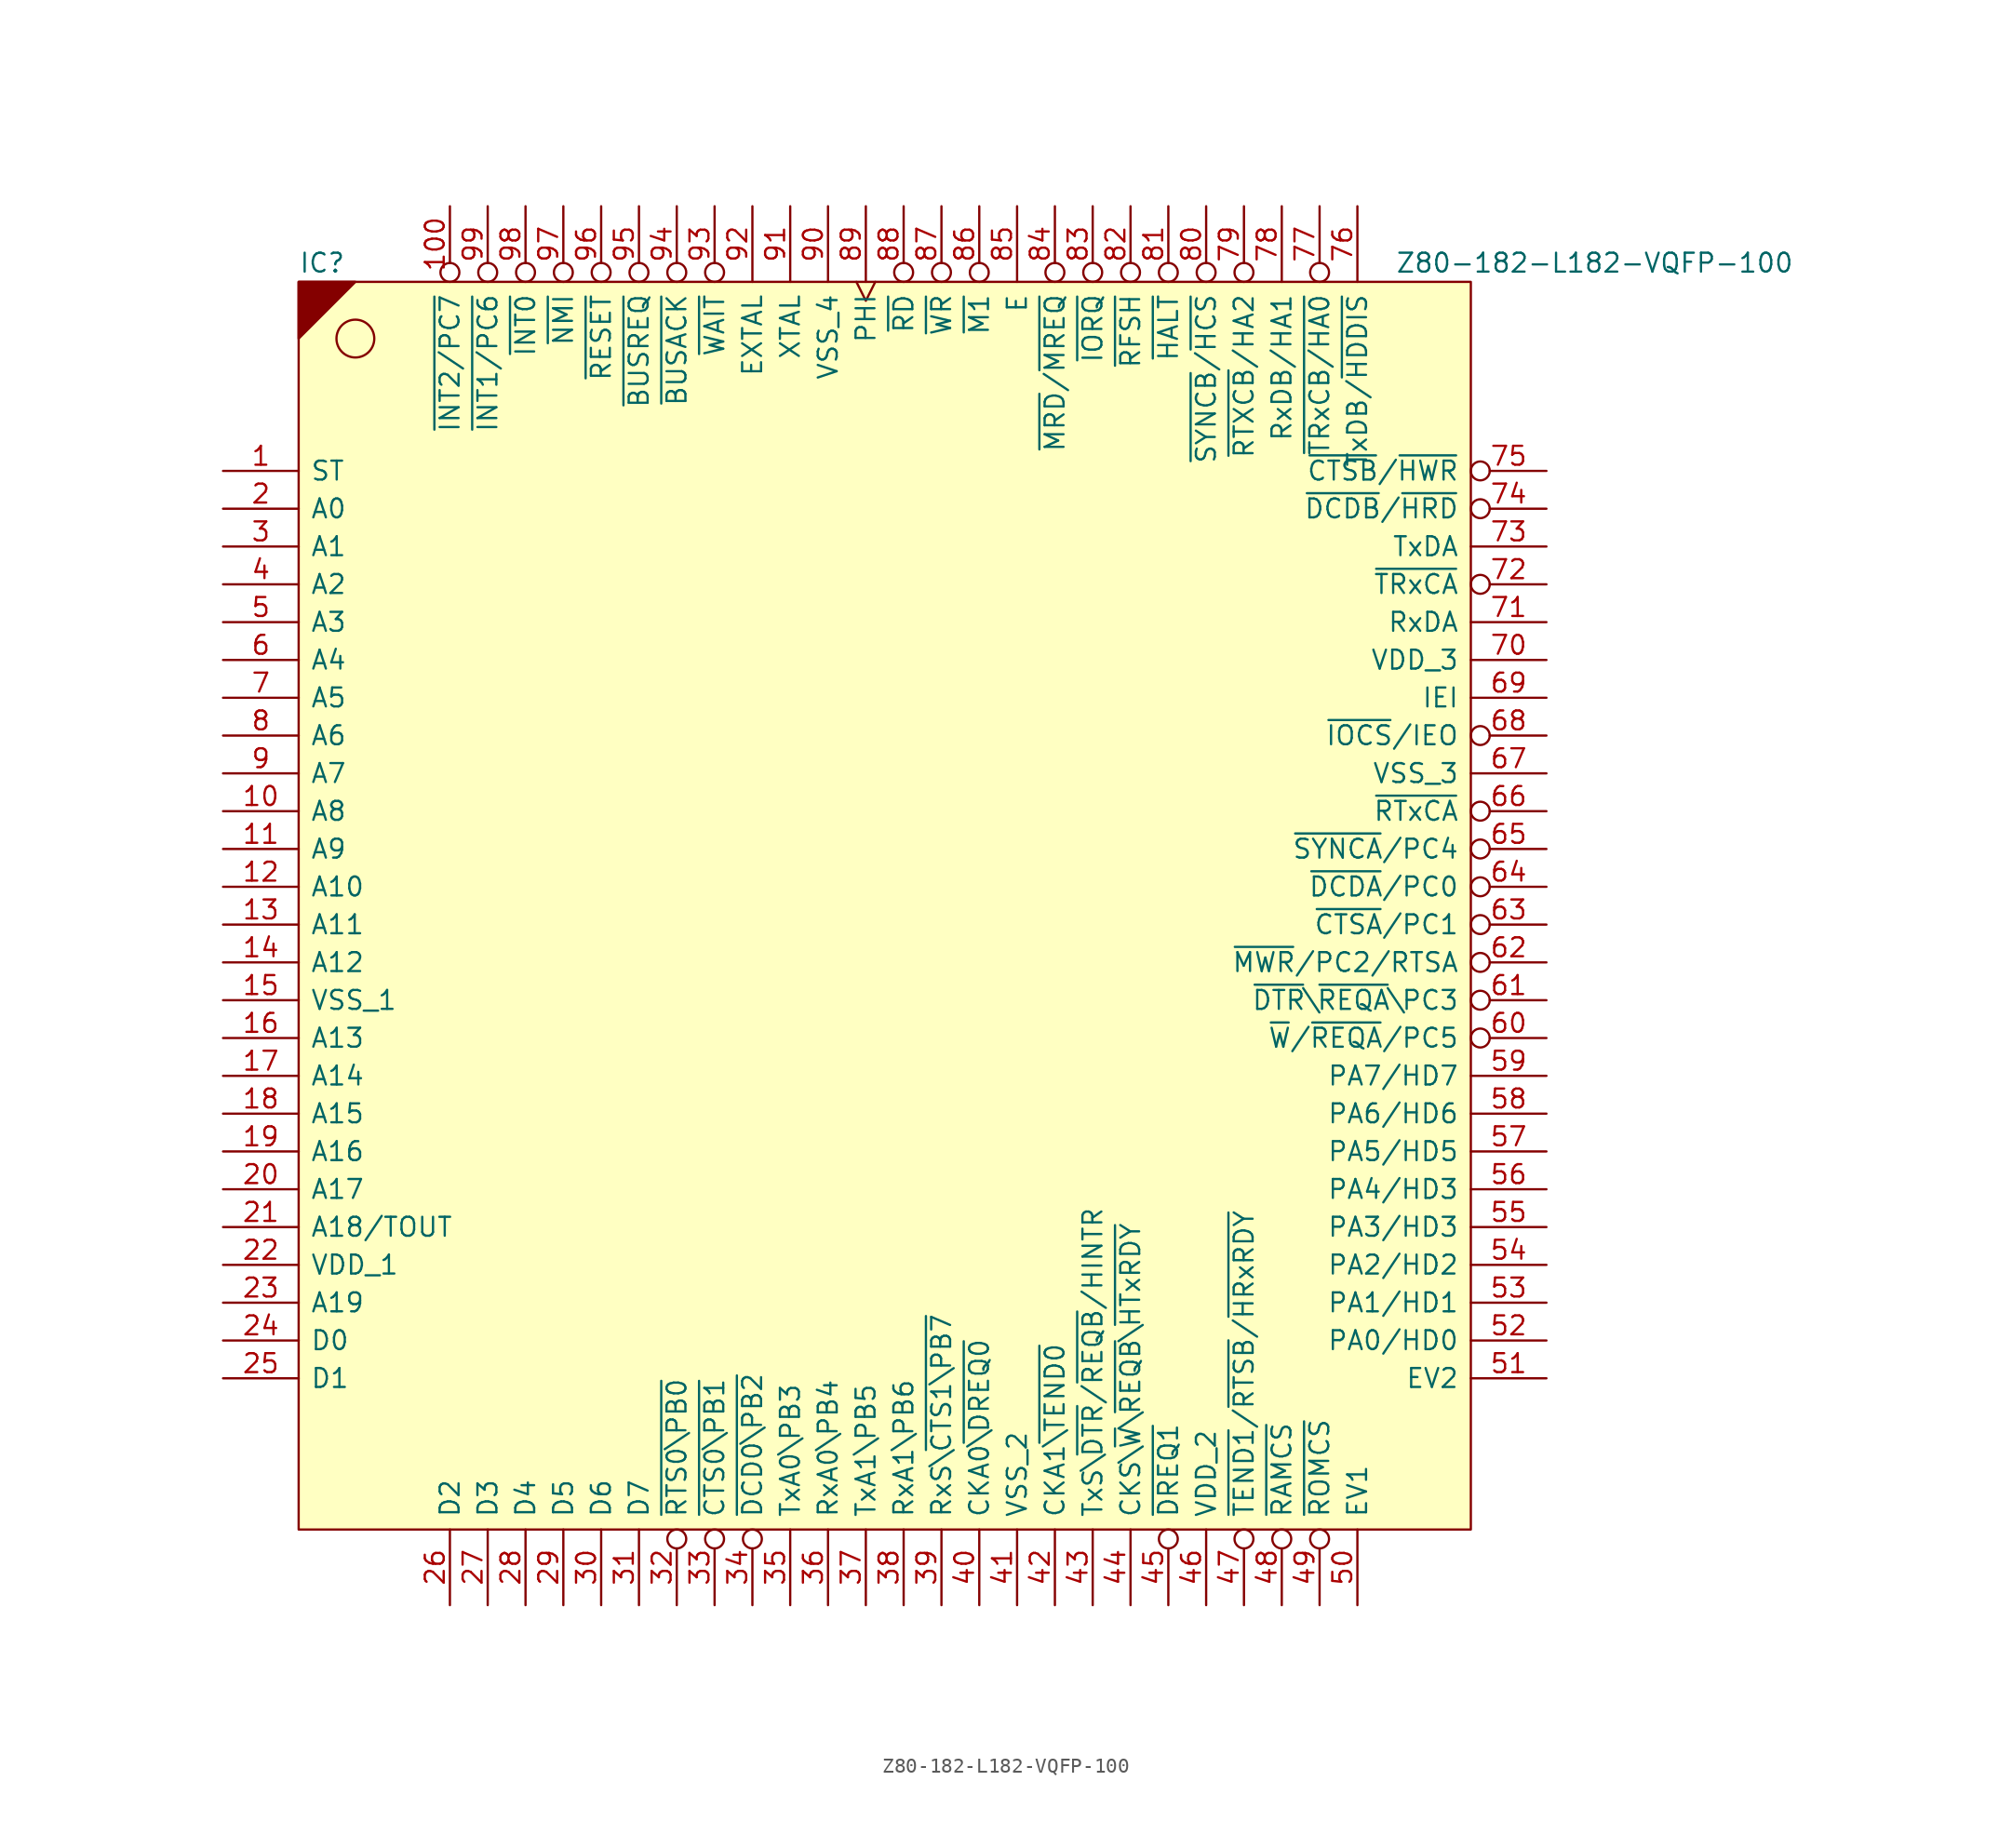
<source format=kicad_sym>
(kicad_symbol_lib
  (version 20211014)
  (generator kicad_symbol_editor)
  (symbol "Z80-182-L182-VQFP-100"
    (pin_names
      (offset 0.762))
    (property "Reference" "IC"
      (at 0 1.27 0)
      (effects (font (size 1.27 1.27)) (justify left)))
    (property "Value" "Z80-182-L182-VQFP-100"
      (at 73.66 1.27 0)
      (effects (font (size 1.27 1.27)) (justify left)))
    (symbol "Z80-182-L182-VQFP-100_0_0"
      (pin output line (at -5.08 -12.7 0) (length 5.08) (name "ST" (effects (font (size 1.27 1.27)))) (number "1" (effects (font (size 1.27 1.27)))))
      (pin tri_state line (at -5.08 -35.56 0) (length 5.08) (name "A8" (effects (font (size 1.27 1.27)))) (number "10" (effects (font (size 1.27 1.27)))))
      (pin bidirectional inverted (at 10.16 5.08 270) (length 5.08) (name "~{INT2/PC7}" (effects (font (size 1.27 1.27)))) (number "100" (effects (font (size 1.27 1.27)))))
      (pin tri_state line (at -5.08 -38.1 0) (length 5.08) (name "A9" (effects (font (size 1.27 1.27)))) (number "11" (effects (font (size 1.27 1.27)))))
      (pin tri_state line (at -5.08 -40.64 0) (length 5.08) (name "A10" (effects (font (size 1.27 1.27)))) (number "12" (effects (font (size 1.27 1.27)))))
      (pin tri_state line (at -5.08 -43.18 0) (length 5.08) (name "A11" (effects (font (size 1.27 1.27)))) (number "13" (effects (font (size 1.27 1.27)))))
      (pin tri_state line (at -5.08 -45.72 0) (length 5.08) (name "A12" (effects (font (size 1.27 1.27)))) (number "14" (effects (font (size 1.27 1.27)))))
      (pin power_in line (at -5.08 -48.26 0) (length 5.08) (name "VSS_1" (effects (font (size 1.27 1.27)))) (number "15" (effects (font (size 1.27 1.27)))))
      (pin tri_state line (at -5.08 -50.8 0) (length 5.08) (name "A13" (effects (font (size 1.27 1.27)))) (number "16" (effects (font (size 1.27 1.27)))))
      (pin tri_state line (at -5.08 -53.34 0) (length 5.08) (name "A14" (effects (font (size 1.27 1.27)))) (number "17" (effects (font (size 1.27 1.27)))))
      (pin tri_state line (at -5.08 -55.88 0) (length 5.08) (name "A15" (effects (font (size 1.27 1.27)))) (number "18" (effects (font (size 1.27 1.27)))))
      (pin tri_state line (at -5.08 -58.42 0) (length 5.08) (name "A16" (effects (font (size 1.27 1.27)))) (number "19" (effects (font (size 1.27 1.27)))))
      (pin tri_state line (at -5.08 -15.24 0) (length 5.08) (name "A0" (effects (font (size 1.27 1.27)))) (number "2" (effects (font (size 1.27 1.27)))))
      (pin tri_state line (at -5.08 -60.96 0) (length 5.08) (name "A17" (effects (font (size 1.27 1.27)))) (number "20" (effects (font (size 1.27 1.27)))))
      (pin tri_state line (at -5.08 -63.5 0) (length 5.08) (name "A18/TOUT" (effects (font (size 1.27 1.27)))) (number "21" (effects (font (size 1.27 1.27)))))
      (pin power_in line (at -5.08 -66.04 0) (length 5.08) (name "VDD_1" (effects (font (size 1.27 1.27)))) (number "22" (effects (font (size 1.27 1.27)))))
      (pin tri_state line (at -5.08 -68.58 0) (length 5.08) (name "A19" (effects (font (size 1.27 1.27)))) (number "23" (effects (font (size 1.27 1.27)))))
      (pin tri_state line (at -5.08 -71.12 0) (length 5.08) (name "D0" (effects (font (size 1.27 1.27)))) (number "24" (effects (font (size 1.27 1.27)))))
      (pin bidirectional line (at -5.08 -73.66 0) (length 5.08) (name "D1" (effects (font (size 1.27 1.27)))) (number "25" (effects (font (size 1.27 1.27)))))
      (pin tri_state line (at 10.16 -88.9 90) (length 5.08) (name "D2" (effects (font (size 1.27 1.27)))) (number "26" (effects (font (size 1.27 1.27)))))
      (pin tri_state line (at 12.7 -88.9 90) (length 5.08) (name "D3" (effects (font (size 1.27 1.27)))) (number "27" (effects (font (size 1.27 1.27)))))
      (pin tri_state line (at 15.24 -88.9 90) (length 5.08) (name "D4" (effects (font (size 1.27 1.27)))) (number "28" (effects (font (size 1.27 1.27)))))
      (pin tri_state line (at 17.78 -88.9 90) (length 5.08) (name "D5" (effects (font (size 1.27 1.27)))) (number "29" (effects (font (size 1.27 1.27)))))
      (pin tri_state line (at -5.08 -17.78 0) (length 5.08) (name "A1" (effects (font (size 1.27 1.27)))) (number "3" (effects (font (size 1.27 1.27)))))
      (pin tri_state line (at 20.32 -88.9 90) (length 5.08) (name "D6" (effects (font (size 1.27 1.27)))) (number "30" (effects (font (size 1.27 1.27)))))
      (pin tri_state line (at 22.86 -88.9 90) (length 5.08) (name "D7" (effects (font (size 1.27 1.27)))) (number "31" (effects (font (size 1.27 1.27)))))
      (pin output inverted (at 25.4 -88.9 90) (length 5.08) (name "~{RTS0\\PB0}" (effects (font (size 1.27 1.27)))) (number "32" (effects (font (size 1.27 1.27)))))
      (pin input inverted (at 27.94 -88.9 90) (length 5.08) (name "~{CTS0\\PB1}" (effects (font (size 1.27 1.27)))) (number "33" (effects (font (size 1.27 1.27)))))
      (pin bidirectional inverted (at 30.48 -88.9 90) (length 5.08) (name "~{DCD0\\PB2}" (effects (font (size 1.27 1.27)))) (number "34" (effects (font (size 1.27 1.27)))))
      (pin output line (at 33.02 -88.9 90) (length 5.08) (name "TxA0\\PB3" (effects (font (size 1.27 1.27)))) (number "35" (effects (font (size 1.27 1.27)))))
      (pin input line (at 35.56 -88.9 90) (length 5.08) (name "RxA0\\PB4" (effects (font (size 1.27 1.27)))) (number "36" (effects (font (size 1.27 1.27)))))
      (pin output line (at 38.1 -88.9 90) (length 5.08) (name "TxA1\\PB5" (effects (font (size 1.27 1.27)))) (number "37" (effects (font (size 1.27 1.27)))))
      (pin input line (at 40.64 -88.9 90) (length 5.08) (name "RxA1\\PB6" (effects (font (size 1.27 1.27)))) (number "38" (effects (font (size 1.27 1.27)))))
      (pin input line (at 43.18 -88.9 90) (length 5.08) (name "RxS\\~{CTS1\\PB7}" (effects (font (size 1.27 1.27)))) (number "39" (effects (font (size 1.27 1.27)))))
      (pin tri_state line (at -5.08 -20.32 0) (length 5.08) (name "A2" (effects (font (size 1.27 1.27)))) (number "4" (effects (font (size 1.27 1.27)))))
      (pin bidirectional line (at 45.72 -88.9 90) (length 5.08) (name "CKA0~{\\DREQ0}" (effects (font (size 1.27 1.27)))) (number "40" (effects (font (size 1.27 1.27)))))
      (pin power_in line (at 48.26 -88.9 90) (length 5.08) (name "VSS_2" (effects (font (size 1.27 1.27)))) (number "41" (effects (font (size 1.27 1.27)))))
      (pin bidirectional line (at 50.8 -88.9 90) (length 5.08) (name "CKA1~{\\TEND0}" (effects (font (size 1.27 1.27)))) (number "42" (effects (font (size 1.27 1.27)))))
      (pin bidirectional line (at 53.34 -88.9 90) (length 5.08) (name "TxS\\~{DTR}/~{REQB}/HINTR" (effects (font (size 1.27 1.27)))) (number "43" (effects (font (size 1.27 1.27)))))
      (pin bidirectional line (at 55.88 -88.9 90) (length 5.08) (name "CKS\\~{W}\\~{REQB}\\~{HTxRDY}" (effects (font (size 1.27 1.27)))) (number "44" (effects (font (size 1.27 1.27)))))
      (pin bidirectional inverted (at 58.42 -88.9 90) (length 5.08) (name "~{DREQ1}" (effects (font (size 1.27 1.27)))) (number "45" (effects (font (size 1.27 1.27)))))
      (pin power_in line (at 60.96 -88.9 90) (length 5.08) (name "VDD_2" (effects (font (size 1.27 1.27)))) (number "46" (effects (font (size 1.27 1.27)))))
      (pin bidirectional inverted (at 63.5 -88.9 90) (length 5.08) (name "~{TEND1}/~{RTSB}/~{HRxRDY}" (effects (font (size 1.27 1.27)))) (number "47" (effects (font (size 1.27 1.27)))))
      (pin output inverted (at 66.04 -88.9 90) (length 5.08) (name "~{RAMCS}" (effects (font (size 1.27 1.27)))) (number "48" (effects (font (size 1.27 1.27)))))
      (pin output inverted (at 68.58 -88.9 90) (length 5.08) (name "~{ROMCS}" (effects (font (size 1.27 1.27)))) (number "49" (effects (font (size 1.27 1.27)))))
      (pin tri_state line (at -5.08 -22.86 0) (length 5.08) (name "A3" (effects (font (size 1.27 1.27)))) (number "5" (effects (font (size 1.27 1.27)))))
      (pin input line (at 71.12 -88.9 90) (length 5.08) (name "EV1" (effects (font (size 1.27 1.27)))) (number "50" (effects (font (size 1.27 1.27)))))
      (pin input line (at 83.82 -73.66 180) (length 5.08) (name "EV2" (effects (font (size 1.27 1.27)))) (number "51" (effects (font (size 1.27 1.27)))))
      (pin bidirectional line (at 83.82 -71.12 180) (length 5.08) (name "PA0/HD0" (effects (font (size 1.27 1.27)))) (number "52" (effects (font (size 1.27 1.27)))))
      (pin bidirectional line (at 83.82 -68.58 180) (length 5.08) (name "PA1/HD1" (effects (font (size 1.27 1.27)))) (number "53" (effects (font (size 1.27 1.27)))))
      (pin bidirectional line (at 83.82 -66.04 180) (length 5.08) (name "PA2/HD2" (effects (font (size 1.27 1.27)))) (number "54" (effects (font (size 1.27 1.27)))))
      (pin bidirectional line (at 83.82 -63.5 180) (length 5.08) (name "PA3/HD3" (effects (font (size 1.27 1.27)))) (number "55" (effects (font (size 1.27 1.27)))))
      (pin bidirectional line (at 83.82 -60.96 180) (length 5.08) (name "PA4/HD3" (effects (font (size 1.27 1.27)))) (number "56" (effects (font (size 1.27 1.27)))))
      (pin bidirectional line (at 83.82 -58.42 180) (length 5.08) (name "PA5/HD5" (effects (font (size 1.27 1.27)))) (number "57" (effects (font (size 1.27 1.27)))))
      (pin bidirectional line (at 83.82 -55.88 180) (length 5.08) (name "PA6/HD6" (effects (font (size 1.27 1.27)))) (number "58" (effects (font (size 1.27 1.27)))))
      (pin bidirectional line (at 83.82 -53.34 180) (length 5.08) (name "PA7/HD7" (effects (font (size 1.27 1.27)))) (number "59" (effects (font (size 1.27 1.27)))))
      (pin tri_state line (at -5.08 -25.4 0) (length 5.08) (name "A4" (effects (font (size 1.27 1.27)))) (number "6" (effects (font (size 1.27 1.27)))))
      (pin open_collector inverted (at 83.82 -50.8 180) (length 5.08) (name "~{W}/~{REQA}/PC5" (effects (font (size 1.27 1.27)))) (number "60" (effects (font (size 1.27 1.27)))))
      (pin output inverted (at 83.82 -48.26 180) (length 5.08) (name "~{DTR}\\~{REQA}\\PC3" (effects (font (size 1.27 1.27)))) (number "61" (effects (font (size 1.27 1.27)))))
      (pin tri_state inverted (at 83.82 -45.72 180) (length 5.08) (name "~{MWR}/PC2/RTSA" (effects (font (size 1.27 1.27)))) (number "62" (effects (font (size 1.27 1.27)))))
      (pin input inverted (at 83.82 -43.18 180) (length 5.08) (name "~{CTSA}/PC1" (effects (font (size 1.27 1.27)))) (number "63" (effects (font (size 1.27 1.27)))))
      (pin input inverted (at 83.82 -40.64 180) (length 5.08) (name "~{DCDA}/PC0" (effects (font (size 1.27 1.27)))) (number "64" (effects (font (size 1.27 1.27)))))
      (pin bidirectional inverted (at 83.82 -38.1 180) (length 5.08) (name "~{SYNCA}/PC4" (effects (font (size 1.27 1.27)))) (number "65" (effects (font (size 1.27 1.27)))))
      (pin input inverted (at 83.82 -35.56 180) (length 5.08) (name "~{RTxCA}" (effects (font (size 1.27 1.27)))) (number "66" (effects (font (size 1.27 1.27)))))
      (pin power_in line (at 83.82 -33.02 180) (length 5.08) (name "VSS_3" (effects (font (size 1.27 1.27)))) (number "67" (effects (font (size 1.27 1.27)))))
      (pin output inverted (at 83.82 -30.48 180) (length 5.08) (name "~{IOCS}/IEO" (effects (font (size 1.27 1.27)))) (number "68" (effects (font (size 1.27 1.27)))))
      (pin input line (at 83.82 -27.94 180) (length 5.08) (name "IEI" (effects (font (size 1.27 1.27)))) (number "69" (effects (font (size 1.27 1.27)))))
      (pin tri_state line (at -5.08 -27.94 0) (length 5.08) (name "A5" (effects (font (size 1.27 1.27)))) (number "7" (effects (font (size 1.27 1.27)))))
      (pin power_in line (at 83.82 -25.4 180) (length 5.08) (name "VDD_3" (effects (font (size 1.27 1.27)))) (number "70" (effects (font (size 1.27 1.27)))))
      (pin input line (at 83.82 -22.86 180) (length 5.08) (name "RxDA" (effects (font (size 1.27 1.27)))) (number "71" (effects (font (size 1.27 1.27)))))
      (pin input inverted (at 83.82 -20.32 180) (length 5.08) (name "~{TRxCA}" (effects (font (size 1.27 1.27)))) (number "72" (effects (font (size 1.27 1.27)))))
      (pin output line (at 83.82 -17.78 180) (length 5.08) (name "TxDA" (effects (font (size 1.27 1.27)))) (number "73" (effects (font (size 1.27 1.27)))))
      (pin input inverted (at 83.82 -15.24 180) (length 5.08) (name "~{DCDB}/~{HRD}" (effects (font (size 1.27 1.27)))) (number "74" (effects (font (size 1.27 1.27)))))
      (pin input inverted (at 83.82 -12.7 180) (length 5.08) (name "~{CTSB}/~{HWR}" (effects (font (size 1.27 1.27)))) (number "75" (effects (font (size 1.27 1.27)))))
      (pin output line (at 71.12 5.08 270) (length 5.08) (name "TxDB/~{HDDIS}" (effects (font (size 1.27 1.27)))) (number "76" (effects (font (size 1.27 1.27)))))
      (pin input inverted (at 68.58 5.08 270) (length 5.08) (name "~{TRxCB/HA0}" (effects (font (size 1.27 1.27)))) (number "77" (effects (font (size 1.27 1.27)))))
      (pin input line (at 66.04 5.08 270) (length 5.08) (name "RxDB/HA1" (effects (font (size 1.27 1.27)))) (number "78" (effects (font (size 1.27 1.27)))))
      (pin input inverted (at 63.5 5.08 270) (length 5.08) (name "~{RTXCB}/HA2" (effects (font (size 1.27 1.27)))) (number "79" (effects (font (size 1.27 1.27)))))
      (pin tri_state line (at -5.08 -30.48 0) (length 5.08) (name "A6" (effects (font (size 1.27 1.27)))) (number "8" (effects (font (size 1.27 1.27)))))
      (pin bidirectional inverted (at 60.96 5.08 270) (length 5.08) (name "~{SYNCB}/~{HCS}" (effects (font (size 1.27 1.27)))) (number "80" (effects (font (size 1.27 1.27)))))
      (pin bidirectional inverted (at 58.42 5.08 270) (length 5.08) (name "~{HALT}" (effects (font (size 1.27 1.27)))) (number "81" (effects (font (size 1.27 1.27)))))
      (pin tri_state inverted (at 55.88 5.08 270) (length 5.08) (name "~{RFSH}" (effects (font (size 1.27 1.27)))) (number "82" (effects (font (size 1.27 1.27)))))
      (pin tri_state inverted (at 53.34 5.08 270) (length 5.08) (name "~{IORQ}" (effects (font (size 1.27 1.27)))) (number "83" (effects (font (size 1.27 1.27)))))
      (pin tri_state inverted (at 50.8 5.08 270) (length 5.08) (name "~{MRD}/~{MREQ}" (effects (font (size 1.27 1.27)))) (number "84" (effects (font (size 1.27 1.27)))))
      (pin input line (at 48.26 5.08 270) (length 5.08) (name "E" (effects (font (size 1.27 1.27)))) (number "85" (effects (font (size 1.27 1.27)))))
      (pin tri_state inverted (at 45.72 5.08 270) (length 5.08) (name "~{M1}" (effects (font (size 1.27 1.27)))) (number "86" (effects (font (size 1.27 1.27)))))
      (pin tri_state inverted (at 43.18 5.08 270) (length 5.08) (name "~{WR}" (effects (font (size 1.27 1.27)))) (number "87" (effects (font (size 1.27 1.27)))))
      (pin tri_state inverted (at 40.64 5.08 270) (length 5.08) (name "~{RD}" (effects (font (size 1.27 1.27)))) (number "88" (effects (font (size 1.27 1.27)))))
      (pin output clock (at 38.1 5.08 270) (length 5.08) (name "PHI" (effects (font (size 1.27 1.27)))) (number "89" (effects (font (size 1.27 1.27)))))
      (pin tri_state line (at -5.08 -33.02 0) (length 5.08) (name "A7" (effects (font (size 1.27 1.27)))) (number "9" (effects (font (size 1.27 1.27)))))
      (pin power_in line (at 35.56 5.08 270) (length 5.08) (name "VSS_4" (effects (font (size 1.27 1.27)))) (number "90" (effects (font (size 1.27 1.27)))))
      (pin input line (at 33.02 5.08 270) (length 5.08) (name "XTAL" (effects (font (size 1.27 1.27)))) (number "91" (effects (font (size 1.27 1.27)))))
      (pin input line (at 30.48 5.08 270) (length 5.08) (name "EXTAL" (effects (font (size 1.27 1.27)))) (number "92" (effects (font (size 1.27 1.27)))))
      (pin bidirectional inverted (at 27.94 5.08 270) (length 5.08) (name "~{WAIT}" (effects (font (size 1.27 1.27)))) (number "93" (effects (font (size 1.27 1.27)))))
      (pin bidirectional inverted (at 25.4 5.08 270) (length 5.08) (name "~{BUSACK}" (effects (font (size 1.27 1.27)))) (number "94" (effects (font (size 1.27 1.27)))))
      (pin input inverted (at 22.86 5.08 270) (length 5.08) (name "~{BUSREQ}" (effects (font (size 1.27 1.27)))) (number "95" (effects (font (size 1.27 1.27)))))
      (pin input inverted (at 20.32 5.08 270) (length 5.08) (name "~{RESET}" (effects (font (size 1.27 1.27)))) (number "96" (effects (font (size 1.27 1.27)))))
      (pin input inverted (at 17.78 5.08 270) (length 5.08) (name "~{NMI}" (effects (font (size 1.27 1.27)))) (number "97" (effects (font (size 1.27 1.27)))))
      (pin bidirectional inverted (at 15.24 5.08 270) (length 5.08) (name "~{INT0}" (effects (font (size 1.27 1.27)))) (number "98" (effects (font (size 1.27 1.27)))))
      (pin bidirectional inverted (at 12.7 5.08 270) (length 5.08) (name "~{INT1/PC6}" (effects (font (size 1.27 1.27)))) (number "99" (effects (font (size 1.27 1.27))))))
    (symbol "Z80-182-L182-VQFP-100_0_1"
      (polyline (pts (xy 0 -3.81) (xy 3.81 0) (xy 0 0) (xy 0 -3.81)) (stroke (width 0) (type solid)) (fill (type outline)))
      (polyline (pts (xy 0 0) (xy 78.74 0) (xy 78.74 -83.82) (xy 0 -83.82) (xy 0 0)) (stroke (width 0.152) (type solid)) (fill (type background)))
      (circle (center 3.81 -3.81) (radius 1.27) (stroke (width 0) (type solid)) (fill (type none))))))
</source>
